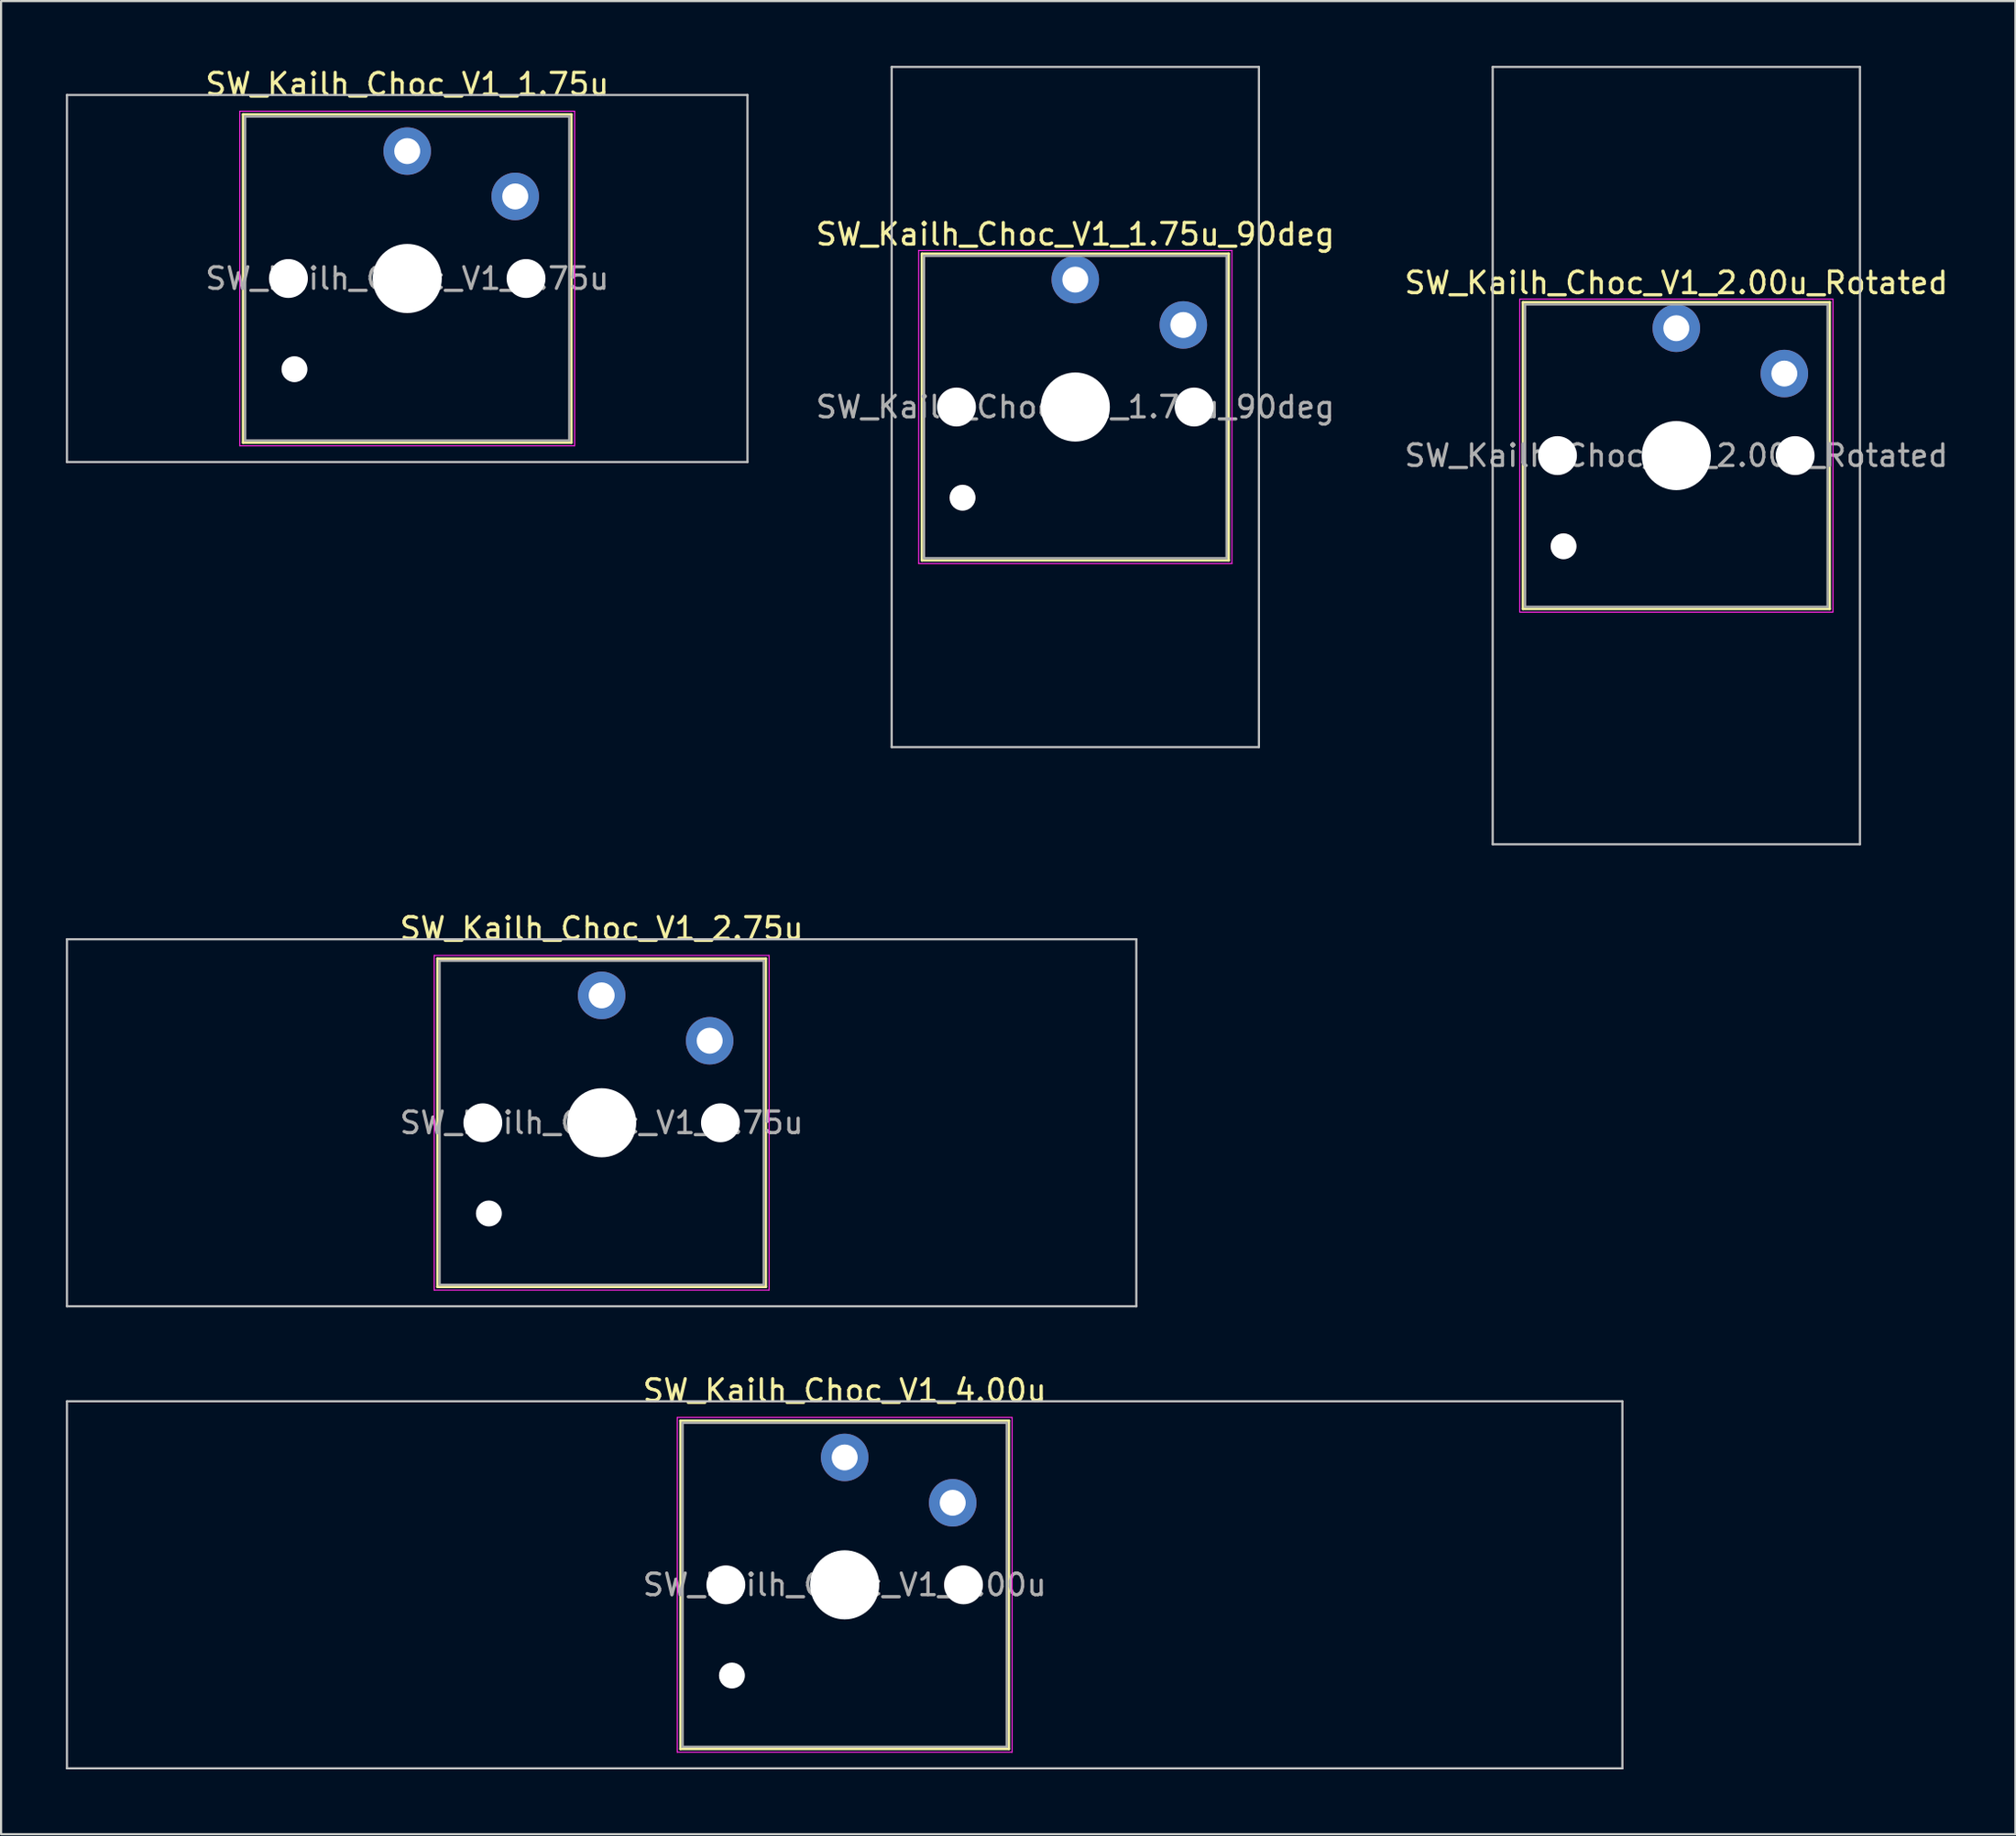
<source format=kicad_pcb>
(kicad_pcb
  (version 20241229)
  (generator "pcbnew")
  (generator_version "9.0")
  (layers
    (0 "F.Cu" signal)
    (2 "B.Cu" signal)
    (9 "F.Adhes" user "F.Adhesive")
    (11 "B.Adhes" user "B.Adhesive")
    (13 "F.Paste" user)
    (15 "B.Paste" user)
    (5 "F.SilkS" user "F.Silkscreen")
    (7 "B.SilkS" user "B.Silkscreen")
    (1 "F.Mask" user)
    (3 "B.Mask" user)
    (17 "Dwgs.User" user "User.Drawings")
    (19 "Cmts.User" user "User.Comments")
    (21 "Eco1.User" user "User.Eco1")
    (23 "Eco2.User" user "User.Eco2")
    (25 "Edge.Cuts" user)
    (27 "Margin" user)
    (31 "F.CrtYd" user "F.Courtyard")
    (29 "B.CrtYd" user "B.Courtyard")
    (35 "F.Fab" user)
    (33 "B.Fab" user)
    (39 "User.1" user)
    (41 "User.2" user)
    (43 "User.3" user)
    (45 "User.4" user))
  (footprint "SW_Kailh_Choc_V1_2.75u"
    (layer "F.Cu")
    (at 24.8 48.948)
    (property "Reference" "SW_Kailh_Choc_V1_2.75u" (at 0 -9 0) (layer "F.SilkS") (effects (font (size 1 1) (thickness 0.15))))
    (attr through_hole)
    (fp_line (start -7.6 -7.6) (end -7.6 7.6) (stroke (width 0.12) (type solid)) (layer "F.SilkS"))
    (fp_line (start -7.6 7.6) (end 7.6 7.6) (stroke (width 0.12) (type solid)) (layer "F.SilkS"))
    (fp_line (start 7.6 -7.6) (end -7.6 -7.6) (stroke (width 0.12) (type solid)) (layer "F.SilkS"))
    (fp_line (start 7.6 7.6) (end 7.6 -7.6) (stroke (width 0.12) (type solid)) (layer "F.SilkS"))
    (fp_line (start -24.75 -8.5) (end -24.75 8.5) (stroke (width 0.1) (type solid)) (layer "Dwgs.User"))
    (fp_line (start -24.75 8.5) (end 24.75 8.5) (stroke (width 0.1) (type solid)) (layer "Dwgs.User"))
    (fp_line (start 24.75 -8.5) (end -24.75 -8.5) (stroke (width 0.1) (type solid)) (layer "Dwgs.User"))
    (fp_line (start 24.75 8.5) (end 24.75 -8.5) (stroke (width 0.1) (type solid)) (layer "Dwgs.User"))
    (fp_line (start -7.75 -7.75) (end -7.75 7.75) (stroke (width 0.05) (type solid)) (layer "F.CrtYd"))
    (fp_line (start -7.75 7.75) (end 7.75 7.75) (stroke (width 0.05) (type solid)) (layer "F.CrtYd"))
    (fp_line (start 7.75 -7.75) (end -7.75 -7.75) (stroke (width 0.05) (type solid)) (layer "F.CrtYd"))
    (fp_line (start 7.75 7.75) (end 7.75 -7.75) (stroke (width 0.05) (type solid)) (layer "F.CrtYd"))
    (fp_line (start -7.5 -7.5) (end -7.5 7.5) (stroke (width 0.1) (type solid)) (layer "F.Fab"))
    (fp_line (start -7.5 7.5) (end 7.5 7.5) (stroke (width 0.1) (type solid)) (layer "F.Fab"))
    (fp_line (start 7.5 -7.5) (end -7.5 -7.5) (stroke (width 0.1) (type solid)) (layer "F.Fab"))
    (fp_line (start 7.5 7.5) (end 7.5 -7.5) (stroke (width 0.1) (type solid)) (layer "F.Fab"))
    (fp_text user "${REFERENCE}" (at 0 0 0) (layer "F.Fab") (effects (font (size 1 1) (thickness 0.15))))
    (pad "" np_thru_hole circle (at -5.5 0) (size 1.8 1.8) (drill 1.8) (layers "*.Cu" "*.Mask"))
    (pad "" np_thru_hole circle (at -5.22 4.2) (size 1.2 1.2) (drill 1.2) (layers "*.Cu" "*.Mask"))
    (pad "" np_thru_hole circle (at 0 0) (size 3.2 3.2) (drill 3.2) (layers "*.Cu" "*.Mask"))
    (pad "" np_thru_hole circle (at 5.5 0) (size 1.8 1.8) (drill 1.8) (layers "*.Cu" "*.Mask"))
    (pad "1" thru_hole circle (at 0 -5.9) (size 2.2 2.2) (drill 1.2) (layers "*.Cu" "B.Mask"))
    (pad "2" thru_hole circle (at 5 -3.8) (size 2.2 2.2) (drill 1.2) (layers "*.Cu" "B.Mask")))
  (footprint "SW_Kailh_Choc_V1_1.75u_90deg"
    (layer "F.Cu")
    (at 46.725 15.8)
    (property "Reference" "SW_Kailh_Choc_V1_1.75u_90deg" (at 0 -8 0) (layer "F.SilkS") (effects (font (size 1 1) (thickness 0.15))))
    (attr through_hole)
    (fp_line (start -7.1 -7.1) (end -7.1 7.1) (stroke (width 0.12) (type solid)) (layer "F.SilkS"))
    (fp_line (start -7.1 7.1) (end 7.1 7.1) (stroke (width 0.12) (type solid)) (layer "F.SilkS"))
    (fp_line (start 7.1 -7.1) (end -7.1 -7.1) (stroke (width 0.12) (type solid)) (layer "F.SilkS"))
    (fp_line (start 7.1 7.1) (end 7.1 -7.1) (stroke (width 0.12) (type solid)) (layer "F.SilkS"))
    (fp_line (start -8.5 -15.75) (end 8.5 -15.75) (stroke (width 0.1) (type solid)) (layer "Dwgs.User"))
    (fp_line (start -8.5 15.75) (end -8.5 -15.75) (stroke (width 0.1) (type solid)) (layer "Dwgs.User"))
    (fp_line (start 8.5 -15.75) (end 8.5 15.75) (stroke (width 0.1) (type solid)) (layer "Dwgs.User"))
    (fp_line (start 8.5 15.75) (end -8.5 15.75) (stroke (width 0.1) (type solid)) (layer "Dwgs.User"))
    (fp_line (start -7.25 -7.25) (end -7.25 7.25) (stroke (width 0.05) (type solid)) (layer "F.CrtYd"))
    (fp_line (start -7.25 7.25) (end 7.25 7.25) (stroke (width 0.05) (type solid)) (layer "F.CrtYd"))
    (fp_line (start 7.25 -7.25) (end -7.25 -7.25) (stroke (width 0.05) (type solid)) (layer "F.CrtYd"))
    (fp_line (start 7.25 7.25) (end 7.25 -7.25) (stroke (width 0.05) (type solid)) (layer "F.CrtYd"))
    (fp_line (start -7 -7) (end -7 7) (stroke (width 0.1) (type solid)) (layer "F.Fab"))
    (fp_line (start -7 7) (end 7 7) (stroke (width 0.1) (type solid)) (layer "F.Fab"))
    (fp_line (start 7 -7) (end -7 -7) (stroke (width 0.1) (type solid)) (layer "F.Fab"))
    (fp_line (start 7 7) (end 7 -7) (stroke (width 0.1) (type solid)) (layer "F.Fab"))
    (fp_text user "${REFERENCE}" (at 0 0 0) (layer "F.Fab") (effects (font (size 1 1) (thickness 0.15))))
    (pad "" np_thru_hole circle (at -5.5 0) (size 1.8 1.8) (drill 1.8) (layers "*.Cu" "*.Mask"))
    (pad "" np_thru_hole circle (at -5.22 4.2) (size 1.2 1.2) (drill 1.2) (layers "*.Cu" "*.Mask"))
    (pad "" np_thru_hole circle (at 0 0) (size 3.2 3.2) (drill 3.2) (layers "*.Cu" "*.Mask"))
    (pad "" np_thru_hole circle (at 5.5 0) (size 1.8 1.8) (drill 1.8) (layers "*.Cu" "*.Mask"))
    (pad "1" thru_hole circle (at 0 -5.9) (size 2.2 2.2) (drill 1.2) (layers "*.Cu" "B.Mask"))
    (pad "2" thru_hole circle (at 5 -3.8) (size 2.2 2.2) (drill 1.2) (layers "*.Cu" "B.Mask")))
  (footprint "SW_Kailh_Choc_V1_2.00u_Rotated"
    (layer "F.Cu")
    (at 74.546 18.05)
    (property "Reference" "SW_Kailh_Choc_V1_2.00u_Rotated" (at 0 -8 0) (layer "F.SilkS") (effects (font (size 1 1) (thickness 0.15))))
    (attr through_hole)
    (fp_line (start -7.1 -7.1) (end -7.1 7.1) (stroke (width 0.12) (type solid)) (layer "F.SilkS"))
    (fp_line (start -7.1 7.1) (end 7.1 7.1) (stroke (width 0.12) (type solid)) (layer "F.SilkS"))
    (fp_line (start 7.1 -7.1) (end -7.1 -7.1) (stroke (width 0.12) (type solid)) (layer "F.SilkS"))
    (fp_line (start 7.1 7.1) (end 7.1 -7.1) (stroke (width 0.12) (type solid)) (layer "F.SilkS"))
    (fp_line (start -8.5 -18) (end -8.5 18) (stroke (width 0.1) (type solid)) (layer "Dwgs.User"))
    (fp_line (start -8.5 18) (end 8.5 18) (stroke (width 0.1) (type solid)) (layer "Dwgs.User"))
    (fp_line (start 8.5 -18) (end -8.5 -18) (stroke (width 0.1) (type solid)) (layer "Dwgs.User"))
    (fp_line (start 8.5 18) (end 8.5 -18) (stroke (width 0.1) (type solid)) (layer "Dwgs.User"))
    (fp_line (start -7.25 -7.25) (end -7.25 7.25) (stroke (width 0.05) (type solid)) (layer "F.CrtYd"))
    (fp_line (start -7.25 7.25) (end 7.25 7.25) (stroke (width 0.05) (type solid)) (layer "F.CrtYd"))
    (fp_line (start 7.25 -7.25) (end -7.25 -7.25) (stroke (width 0.05) (type solid)) (layer "F.CrtYd"))
    (fp_line (start 7.25 7.25) (end 7.25 -7.25) (stroke (width 0.05) (type solid)) (layer "F.CrtYd"))
    (fp_line (start -7 -7) (end -7 7) (stroke (width 0.1) (type solid)) (layer "F.Fab"))
    (fp_line (start -7 7) (end 7 7) (stroke (width 0.1) (type solid)) (layer "F.Fab"))
    (fp_line (start 7 -7) (end -7 -7) (stroke (width 0.1) (type solid)) (layer "F.Fab"))
    (fp_line (start 7 7) (end 7 -7) (stroke (width 0.1) (type solid)) (layer "F.Fab"))
    (fp_text user "${REFERENCE}" (at 0 0 0) (layer "F.Fab") (effects (font (size 1 1) (thickness 0.15))))
    (pad "" np_thru_hole circle (at -5.5 0) (size 1.8 1.8) (drill 1.8) (layers "*.Cu" "*.Mask"))
    (pad "" np_thru_hole circle (at -5.22 4.2) (size 1.2 1.2) (drill 1.2) (layers "*.Cu" "*.Mask"))
    (pad "" np_thru_hole circle (at 0 0) (size 3.2 3.2) (drill 3.2) (layers "*.Cu" "*.Mask"))
    (pad "" np_thru_hole circle (at 5.5 0) (size 1.8 1.8) (drill 1.8) (layers "*.Cu" "*.Mask"))
    (pad "1" thru_hole circle (at 0 -5.9) (size 2.2 2.2) (drill 1.2) (layers "*.Cu" "B.Mask"))
    (pad "2" thru_hole circle (at 5 -3.8) (size 2.2 2.2) (drill 1.2) (layers "*.Cu" "B.Mask")))
  (footprint "SW_Kailh_Choc_V1_1.75u"
    (layer "F.Cu")
    (at 15.8 9.848)
    (property "Reference" "SW_Kailh_Choc_V1_1.75u" (at 0 -9 0) (layer "F.SilkS") (effects (font (size 1 1) (thickness 0.15))))
    (attr through_hole)
    (fp_line (start -7.6 -7.6) (end -7.6 7.6) (stroke (width 0.12) (type solid)) (layer "F.SilkS"))
    (fp_line (start -7.6 7.6) (end 7.6 7.6) (stroke (width 0.12) (type solid)) (layer "F.SilkS"))
    (fp_line (start 7.6 -7.6) (end -7.6 -7.6) (stroke (width 0.12) (type solid)) (layer "F.SilkS"))
    (fp_line (start 7.6 7.6) (end 7.6 -7.6) (stroke (width 0.12) (type solid)) (layer "F.SilkS"))
    (fp_line (start -15.75 -8.5) (end -15.75 8.5) (stroke (width 0.1) (type solid)) (layer "Dwgs.User"))
    (fp_line (start -15.75 8.5) (end 15.75 8.5) (stroke (width 0.1) (type solid)) (layer "Dwgs.User"))
    (fp_line (start 15.75 -8.5) (end -15.75 -8.5) (stroke (width 0.1) (type solid)) (layer "Dwgs.User"))
    (fp_line (start 15.75 8.5) (end 15.75 -8.5) (stroke (width 0.1) (type solid)) (layer "Dwgs.User"))
    (fp_line (start -7.75 -7.75) (end -7.75 7.75) (stroke (width 0.05) (type solid)) (layer "F.CrtYd"))
    (fp_line (start -7.75 7.75) (end 7.75 7.75) (stroke (width 0.05) (type solid)) (layer "F.CrtYd"))
    (fp_line (start 7.75 -7.75) (end -7.75 -7.75) (stroke (width 0.05) (type solid)) (layer "F.CrtYd"))
    (fp_line (start 7.75 7.75) (end 7.75 -7.75) (stroke (width 0.05) (type solid)) (layer "F.CrtYd"))
    (fp_line (start -7.5 -7.5) (end -7.5 7.5) (stroke (width 0.1) (type solid)) (layer "F.Fab"))
    (fp_line (start -7.5 7.5) (end 7.5 7.5) (stroke (width 0.1) (type solid)) (layer "F.Fab"))
    (fp_line (start 7.5 -7.5) (end -7.5 -7.5) (stroke (width 0.1) (type solid)) (layer "F.Fab"))
    (fp_line (start 7.5 7.5) (end 7.5 -7.5) (stroke (width 0.1) (type solid)) (layer "F.Fab"))
    (fp_text user "${REFERENCE}" (at 0 0 0) (layer "F.Fab") (effects (font (size 1 1) (thickness 0.15))))
    (pad "" np_thru_hole circle (at -5.5 0) (size 1.8 1.8) (drill 1.8) (layers "*.Cu" "*.Mask"))
    (pad "" np_thru_hole circle (at -5.22 4.2) (size 1.2 1.2) (drill 1.2) (layers "*.Cu" "*.Mask"))
    (pad "" np_thru_hole circle (at 0 0) (size 3.2 3.2) (drill 3.2) (layers "*.Cu" "*.Mask"))
    (pad "" np_thru_hole circle (at 5.5 0) (size 1.8 1.8) (drill 1.8) (layers "*.Cu" "*.Mask"))
    (pad "1" thru_hole circle (at 0 -5.9) (size 2.2 2.2) (drill 1.2) (layers "*.Cu" "B.Mask"))
    (pad "2" thru_hole circle (at 5 -3.8) (size 2.2 2.2) (drill 1.2) (layers "*.Cu" "B.Mask")))
  (footprint "SW_Kailh_Choc_V1_4.00u"
    (layer "F.Cu")
    (at 36.05 70.347)
    (property "Reference" "SW_Kailh_Choc_V1_4.00u" (at 0 -9 0) (layer "F.SilkS") (effects (font (size 1 1) (thickness 0.15))))
    (attr through_hole)
    (fp_line (start -7.6 -7.6) (end -7.6 7.6) (stroke (width 0.12) (type solid)) (layer "F.SilkS"))
    (fp_line (start -7.6 7.6) (end 7.6 7.6) (stroke (width 0.12) (type solid)) (layer "F.SilkS"))
    (fp_line (start 7.6 -7.6) (end -7.6 -7.6) (stroke (width 0.12) (type solid)) (layer "F.SilkS"))
    (fp_line (start 7.6 7.6) (end 7.6 -7.6) (stroke (width 0.12) (type solid)) (layer "F.SilkS"))
    (fp_line (start -36 -8.5) (end -36 8.5) (stroke (width 0.1) (type solid)) (layer "Dwgs.User"))
    (fp_line (start -36 8.5) (end 36 8.5) (stroke (width 0.1) (type solid)) (layer "Dwgs.User"))
    (fp_line (start 36 -8.5) (end -36 -8.5) (stroke (width 0.1) (type solid)) (layer "Dwgs.User"))
    (fp_line (start 36 8.5) (end 36 -8.5) (stroke (width 0.1) (type solid)) (layer "Dwgs.User"))
    (fp_line (start -7.75 -7.75) (end -7.75 7.75) (stroke (width 0.05) (type solid)) (layer "F.CrtYd"))
    (fp_line (start -7.75 7.75) (end 7.75 7.75) (stroke (width 0.05) (type solid)) (layer "F.CrtYd"))
    (fp_line (start 7.75 -7.75) (end -7.75 -7.75) (stroke (width 0.05) (type solid)) (layer "F.CrtYd"))
    (fp_line (start 7.75 7.75) (end 7.75 -7.75) (stroke (width 0.05) (type solid)) (layer "F.CrtYd"))
    (fp_line (start -7.5 -7.5) (end -7.5 7.5) (stroke (width 0.1) (type solid)) (layer "F.Fab"))
    (fp_line (start -7.5 7.5) (end 7.5 7.5) (stroke (width 0.1) (type solid)) (layer "F.Fab"))
    (fp_line (start 7.5 -7.5) (end -7.5 -7.5) (stroke (width 0.1) (type solid)) (layer "F.Fab"))
    (fp_line (start 7.5 7.5) (end 7.5 -7.5) (stroke (width 0.1) (type solid)) (layer "F.Fab"))
    (fp_text user "${REFERENCE}" (at 0 0 0) (layer "F.Fab") (effects (font (size 1 1) (thickness 0.15))))
    (pad "" np_thru_hole circle (at -5.5 0) (size 1.8 1.8) (drill 1.8) (layers "*.Cu" "*.Mask"))
    (pad "" np_thru_hole circle (at -5.22 4.2) (size 1.2 1.2) (drill 1.2) (layers "*.Cu" "*.Mask"))
    (pad "" np_thru_hole circle (at 0 0) (size 3.2 3.2) (drill 3.2) (layers "*.Cu" "*.Mask"))
    (pad "" np_thru_hole circle (at 5.5 0) (size 1.8 1.8) (drill 1.8) (layers "*.Cu" "*.Mask"))
    (pad "1" thru_hole circle (at 0 -5.9) (size 2.2 2.2) (drill 1.2) (layers "*.Cu" "B.Mask"))
    (pad "2" thru_hole circle (at 5 -3.8) (size 2.2 2.2) (drill 1.2) (layers "*.Cu" "B.Mask")))
  (gr_rect
    (start -3 -3)
    (end 90.243 81.897)
    (stroke (width 0.1) (type default))
    (fill no)
    (layer "Edge.Cuts")))
</source>
